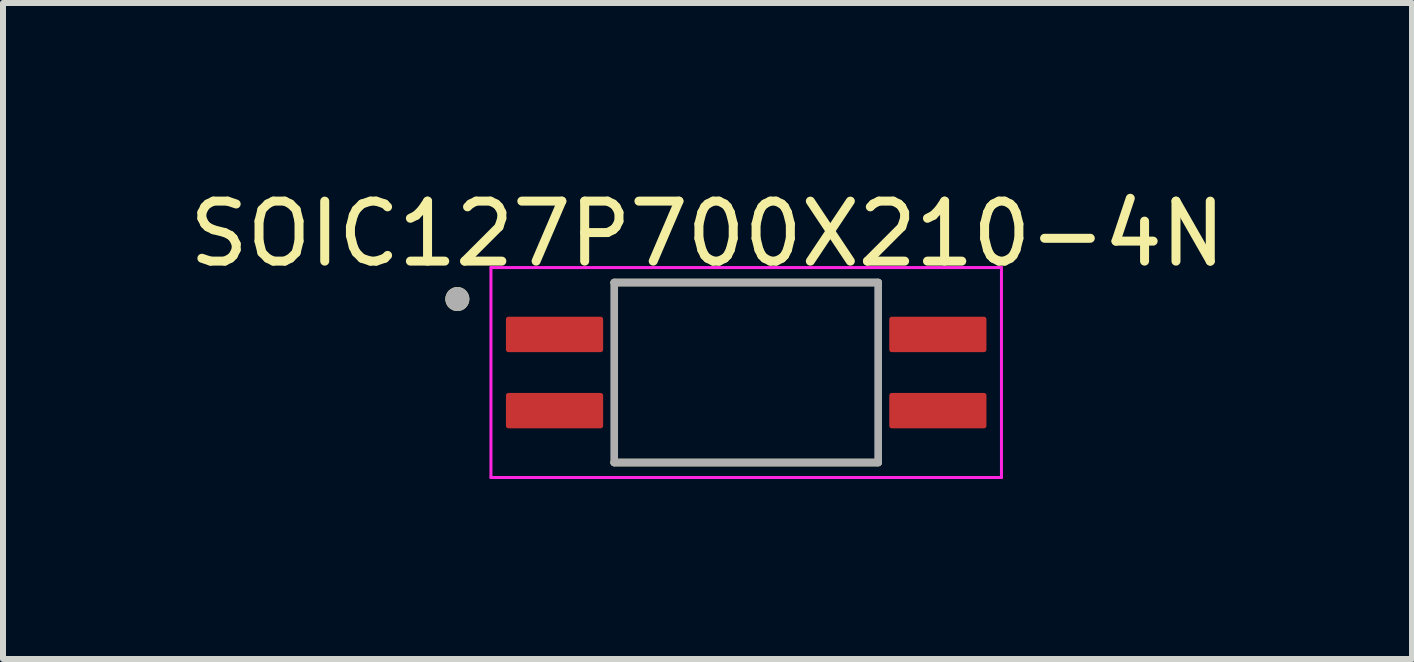
<source format=kicad_pcb>
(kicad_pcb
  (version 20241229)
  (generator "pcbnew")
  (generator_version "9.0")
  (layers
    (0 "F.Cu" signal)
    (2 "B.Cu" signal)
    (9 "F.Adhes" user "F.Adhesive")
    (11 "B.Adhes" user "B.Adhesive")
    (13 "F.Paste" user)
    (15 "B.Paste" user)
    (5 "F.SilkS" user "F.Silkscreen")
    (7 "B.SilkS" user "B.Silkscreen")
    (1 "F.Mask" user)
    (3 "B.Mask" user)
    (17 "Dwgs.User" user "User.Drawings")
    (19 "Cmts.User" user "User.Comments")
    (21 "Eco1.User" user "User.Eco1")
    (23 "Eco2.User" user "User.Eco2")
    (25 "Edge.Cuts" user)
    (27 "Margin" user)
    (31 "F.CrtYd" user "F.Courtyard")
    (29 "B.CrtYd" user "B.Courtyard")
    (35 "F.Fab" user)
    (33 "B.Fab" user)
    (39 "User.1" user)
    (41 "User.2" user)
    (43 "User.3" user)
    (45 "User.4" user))
  (footprint "SOIC127P700X210-4N"
    (layer "F.Cu")
    (at 9.389 3.16)
    (property "Reference" "SOIC127P700X210-4N" (at -0.645 -2.312 0) (layer "F.SilkS") (effects (font (size 1 1) (thickness 0.15))))
    (attr through_hole)
    (fp_line (start -2.2 -1.5) (end 2.2 -1.5) (stroke (width 0.127) (type solid)) (layer "F.SilkS"))
    (fp_line (start -2.2 1.5) (end 2.2 1.5) (stroke (width 0.127) (type solid)) (layer "F.SilkS"))
    (fp_circle (center -4.815 -1.225) (end -4.715 -1.225) (stroke (width 0.2) (type solid)) (fill no) (layer "F.SilkS"))
    (fp_line (start -4.255 -1.75) (end -4.255 1.75) (stroke (width 0.05) (type solid)) (layer "F.CrtYd"))
    (fp_line (start -4.255 -1.75) (end 4.255 -1.75) (stroke (width 0.05) (type solid)) (layer "F.CrtYd"))
    (fp_line (start -4.255 1.75) (end 4.255 1.75) (stroke (width 0.05) (type solid)) (layer "F.CrtYd"))
    (fp_line (start 4.255 -1.75) (end 4.255 1.75) (stroke (width 0.05) (type solid)) (layer "F.CrtYd"))
    (fp_line (start -2.2 -1.5) (end -2.2 1.5) (stroke (width 0.127) (type solid)) (layer "F.Fab"))
    (fp_line (start -2.2 -1.5) (end 2.2 -1.5) (stroke (width 0.127) (type solid)) (layer "F.Fab"))
    (fp_line (start -2.2 1.5) (end 2.2 1.5) (stroke (width 0.127) (type solid)) (layer "F.Fab"))
    (fp_line (start 2.2 -1.5) (end 2.2 1.5) (stroke (width 0.127) (type solid)) (layer "F.Fab"))
    (fp_circle (center -4.815 -1.225) (end -4.715 -1.225) (stroke (width 0.2) (type solid)) (fill no) (layer "F.Fab"))
    (pad "1" smd roundrect (at -3.195 -0.635) (size 1.62 0.59) (layers "F.Cu" "F.Mask" "F.Paste") (roundrect_rratio 0.07))
    (pad "2" smd roundrect (at -3.195 0.635) (size 1.62 0.59) (layers "F.Cu" "F.Mask" "F.Paste") (roundrect_rratio 0.07))
    (pad "3" smd roundrect (at 3.195 0.635) (size 1.62 0.59) (layers "F.Cu" "F.Mask" "F.Paste") (roundrect_rratio 0.07))
    (pad "4" smd roundrect (at 3.195 -0.635) (size 1.62 0.59) (layers "F.Cu" "F.Mask" "F.Paste") (roundrect_rratio 0.07)))
  (gr_rect
    (start -3 -3)
    (end 20.488 7.935)
    (stroke (width 0.1) (type default))
    (fill no)
    (layer "Edge.Cuts")))
</source>
